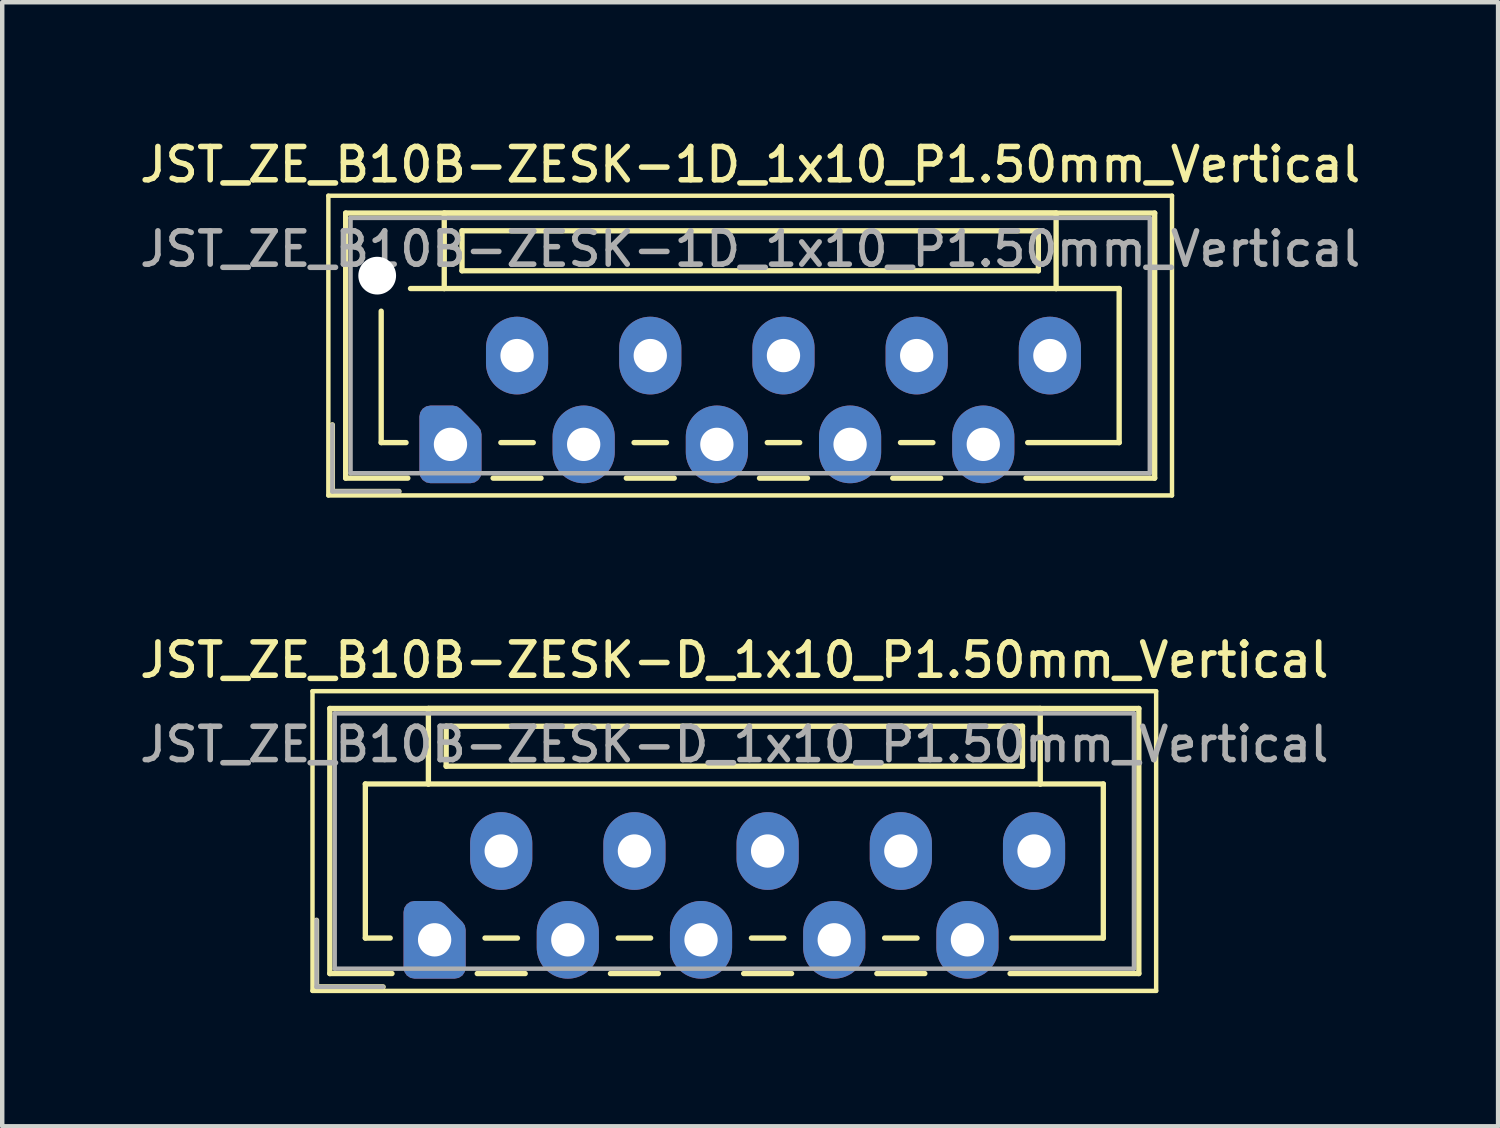
<source format=kicad_pcb>
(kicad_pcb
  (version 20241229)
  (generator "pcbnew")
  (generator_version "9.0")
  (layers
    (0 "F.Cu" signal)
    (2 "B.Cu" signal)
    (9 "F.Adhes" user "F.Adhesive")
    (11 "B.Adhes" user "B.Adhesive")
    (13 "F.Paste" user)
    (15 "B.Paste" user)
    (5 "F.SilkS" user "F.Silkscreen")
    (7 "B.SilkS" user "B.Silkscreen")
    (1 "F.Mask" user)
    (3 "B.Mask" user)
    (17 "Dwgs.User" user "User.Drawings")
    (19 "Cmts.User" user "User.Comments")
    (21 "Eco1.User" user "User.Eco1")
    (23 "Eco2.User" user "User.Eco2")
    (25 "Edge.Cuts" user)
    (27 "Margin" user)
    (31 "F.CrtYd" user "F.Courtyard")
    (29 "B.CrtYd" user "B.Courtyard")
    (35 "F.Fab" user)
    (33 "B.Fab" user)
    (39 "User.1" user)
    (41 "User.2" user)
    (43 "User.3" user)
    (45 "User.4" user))
  (footprint "JST_ZE_B10B-ZESK-D_1x10_P1.50mm_Vertical"
    (layer "F.Cu")
    (at 6.738 18.116)
    (property "Reference" "JST_ZE_B10B-ZESK-D_1x10_P1.50mm_Vertical" (at 6.75 -6.3 0) (layer "F.SilkS") (effects (font (size 0.75 0.75) (thickness 0.125))))
    (attr through_hole)
    (fp_line (start -2.75 -5.6) (end -2.75 1.15) (stroke (width 0.1) (type solid)) (layer "F.SilkS"))
    (fp_line (start -2.75 1.15) (end 16.25 1.15) (stroke (width 0.1) (type solid)) (layer "F.SilkS"))
    (fp_line (start -2.66 -0.44) (end -2.66 1.06) (stroke (width 0.12) (type solid)) (layer "F.SilkS"))
    (fp_line (start -2.66 1.06) (end -1.16 1.06) (stroke (width 0.12) (type solid)) (layer "F.SilkS"))
    (fp_line (start -2.36 -5.21) (end 15.86 -5.21) (stroke (width 0.12) (type solid)) (layer "F.SilkS"))
    (fp_line (start -2.36 0.76) (end -2.36 -5.21) (stroke (width 0.12) (type solid)) (layer "F.SilkS"))
    (fp_line (start -1.56 -3.51) (end -1.56 -0.04) (stroke (width 0.12) (type solid)) (layer "F.SilkS"))
    (fp_line (start -1.56 -0.04) (end -1 -0.04) (stroke (width 0.12) (type solid)) (layer "F.SilkS"))
    (fp_line (start -0.96 0.76) (end -2.36 0.76) (stroke (width 0.12) (type solid)) (layer "F.SilkS"))
    (fp_line (start -0.14 -5.21) (end -0.14 -3.51) (stroke (width 0.12) (type solid)) (layer "F.SilkS"))
    (fp_line (start -0.14 -3.51) (end -1.56 -3.51) (stroke (width 0.12) (type solid)) (layer "F.SilkS"))
    (fp_line (start -0.14 -3.51) (end 13.64 -3.51) (stroke (width 0.12) (type solid)) (layer "F.SilkS"))
    (fp_line (start 0.26 -4.81) (end 0.26 -3.91) (stroke (width 0.12) (type solid)) (layer "F.SilkS"))
    (fp_line (start 0.26 -3.91) (end 13.24 -3.91) (stroke (width 0.12) (type solid)) (layer "F.SilkS"))
    (fp_line (start 0.96 0.76) (end 2.04 0.76) (stroke (width 0.12) (type solid)) (layer "F.SilkS"))
    (fp_line (start 1.135 -0.04) (end 1.865 -0.04) (stroke (width 0.12) (type solid)) (layer "F.SilkS"))
    (fp_line (start 3.96 0.76) (end 5.04 0.76) (stroke (width 0.12) (type solid)) (layer "F.SilkS"))
    (fp_line (start 4.135 -0.04) (end 4.865 -0.04) (stroke (width 0.12) (type solid)) (layer "F.SilkS"))
    (fp_line (start 6.96 0.76) (end 8.04 0.76) (stroke (width 0.12) (type solid)) (layer "F.SilkS"))
    (fp_line (start 7.135 -0.04) (end 7.865 -0.04) (stroke (width 0.12) (type solid)) (layer "F.SilkS"))
    (fp_line (start 9.96 0.76) (end 11.04 0.76) (stroke (width 0.12) (type solid)) (layer "F.SilkS"))
    (fp_line (start 10.135 -0.04) (end 10.865 -0.04) (stroke (width 0.12) (type solid)) (layer "F.SilkS"))
    (fp_line (start 13.24 -4.81) (end 0.26 -4.81) (stroke (width 0.12) (type solid)) (layer "F.SilkS"))
    (fp_line (start 13.24 -3.91) (end 13.24 -4.81) (stroke (width 0.12) (type solid)) (layer "F.SilkS"))
    (fp_line (start 13.64 -5.21) (end -0.14 -5.21) (stroke (width 0.12) (type solid)) (layer "F.SilkS"))
    (fp_line (start 13.64 -3.51) (end 13.64 -5.21) (stroke (width 0.12) (type solid)) (layer "F.SilkS"))
    (fp_line (start 13.64 -3.51) (end 15.06 -3.51) (stroke (width 0.12) (type solid)) (layer "F.SilkS"))
    (fp_line (start 15.06 -3.51) (end 15.06 -0.04) (stroke (width 0.12) (type solid)) (layer "F.SilkS"))
    (fp_line (start 15.06 -0.04) (end 13 -0.04) (stroke (width 0.12) (type solid)) (layer "F.SilkS"))
    (fp_line (start 15.86 -5.21) (end 15.86 0.76) (stroke (width 0.12) (type solid)) (layer "F.SilkS"))
    (fp_line (start 15.86 0.76) (end 12.96 0.76) (stroke (width 0.12) (type solid)) (layer "F.SilkS"))
    (fp_line (start 16.25 -5.6) (end -2.75 -5.6) (stroke (width 0.1) (type solid)) (layer "F.SilkS"))
    (fp_line (start 16.25 1.15) (end 16.25 -5.6) (stroke (width 0.1) (type solid)) (layer "F.SilkS"))
    (fp_line (start -2.66 -0.44) (end -2.66 1.06) (stroke (width 0.1) (type solid)) (layer "F.Fab"))
    (fp_line (start -2.66 1.06) (end -1.16 1.06) (stroke (width 0.1) (type solid)) (layer "F.Fab"))
    (fp_line (start -2.25 -5.1) (end -2.25 0.65) (stroke (width 0.1) (type solid)) (layer "F.Fab"))
    (fp_line (start -2.25 0.65) (end 15.75 0.65) (stroke (width 0.1) (type solid)) (layer "F.Fab"))
    (fp_line (start 15.75 -5.1) (end -2.25 -5.1) (stroke (width 0.1) (type solid)) (layer "F.Fab"))
    (fp_line (start 15.75 0.65) (end 15.75 -5.1) (stroke (width 0.1) (type solid)) (layer "F.Fab"))
    (fp_text user "${REFERENCE}" (at 6.75 -4.4 0) (layer "F.Fab") (effects (font (size 0.75 0.75) (thickness 0.125))))
    (pad "1" thru_hole custom (at 0 0) (size 1.117 1.117) (drill 0.75) (layers "*.Cu" "*.Mask") (options (anchor circle)) (primitives (gr_poly (pts (xy 0.45 -0.225) (xy 0.45 0.625) (xy -0.45 0.625) (xy -0.45 -0.625) (xy 0.05 -0.625)) (width 0.5) (fill yes))))
    (pad "2" thru_hole oval (at 1.5 -2) (size 1.4 1.75) (drill 0.75) (layers "*.Cu" "*.Mask"))
    (pad "3" thru_hole oval (at 3 0) (size 1.4 1.75) (drill 0.75) (layers "*.Cu" "*.Mask"))
    (pad "4" thru_hole oval (at 4.5 -2) (size 1.4 1.75) (drill 0.75) (layers "*.Cu" "*.Mask"))
    (pad "5" thru_hole oval (at 6 0) (size 1.4 1.75) (drill 0.75) (layers "*.Cu" "*.Mask"))
    (pad "6" thru_hole oval (at 7.5 -2) (size 1.4 1.75) (drill 0.75) (layers "*.Cu" "*.Mask"))
    (pad "7" thru_hole oval (at 9 0) (size 1.4 1.75) (drill 0.75) (layers "*.Cu" "*.Mask"))
    (pad "8" thru_hole oval (at 10.5 -2) (size 1.4 1.75) (drill 0.75) (layers "*.Cu" "*.Mask"))
    (pad "9" thru_hole oval (at 12 0) (size 1.4 1.75) (drill 0.75) (layers "*.Cu" "*.Mask"))
    (pad "10" thru_hole oval (at 13.5 -2) (size 1.4 1.75) (drill 0.75) (layers "*.Cu" "*.Mask")))
  (footprint "JST_ZE_B10B-ZESK-1D_1x10_P1.50mm_Vertical"
    (layer "F.Cu")
    (at 7.095 6.958)
    (property "Reference" "JST_ZE_B10B-ZESK-1D_1x10_P1.50mm_Vertical" (at 6.75 -6.3 0) (layer "F.SilkS") (effects (font (size 0.75 0.75) (thickness 0.125))))
    (attr through_hole)
    (fp_line (start -2.75 -5.6) (end -2.75 1.15) (stroke (width 0.1) (type solid)) (layer "F.SilkS"))
    (fp_line (start -2.75 1.15) (end 16.25 1.15) (stroke (width 0.1) (type solid)) (layer "F.SilkS"))
    (fp_line (start -2.66 -0.44) (end -2.66 1.06) (stroke (width 0.12) (type solid)) (layer "F.SilkS"))
    (fp_line (start -2.66 1.06) (end -1.16 1.06) (stroke (width 0.12) (type solid)) (layer "F.SilkS"))
    (fp_line (start -2.36 -5.21) (end 15.86 -5.21) (stroke (width 0.12) (type solid)) (layer "F.SilkS"))
    (fp_line (start -2.36 0.76) (end -2.36 -5.21) (stroke (width 0.12) (type solid)) (layer "F.SilkS"))
    (fp_line (start -1.56 -3) (end -1.56 -0.04) (stroke (width 0.12) (type solid)) (layer "F.SilkS"))
    (fp_line (start -1.56 -0.04) (end -1 -0.04) (stroke (width 0.12) (type solid)) (layer "F.SilkS"))
    (fp_line (start -0.96 0.76) (end -2.36 0.76) (stroke (width 0.12) (type solid)) (layer "F.SilkS"))
    (fp_line (start -0.14 -5.21) (end -0.14 -3.51) (stroke (width 0.12) (type solid)) (layer "F.SilkS"))
    (fp_line (start -0.14 -3.51) (end -0.9 -3.51) (stroke (width 0.12) (type solid)) (layer "F.SilkS"))
    (fp_line (start -0.14 -3.51) (end 13.64 -3.51) (stroke (width 0.12) (type solid)) (layer "F.SilkS"))
    (fp_line (start 0.26 -4.81) (end 0.26 -3.91) (stroke (width 0.12) (type solid)) (layer "F.SilkS"))
    (fp_line (start 0.26 -3.91) (end 13.24 -3.91) (stroke (width 0.12) (type solid)) (layer "F.SilkS"))
    (fp_line (start 0.96 0.76) (end 2.04 0.76) (stroke (width 0.12) (type solid)) (layer "F.SilkS"))
    (fp_line (start 1.135 -0.04) (end 1.865 -0.04) (stroke (width 0.12) (type solid)) (layer "F.SilkS"))
    (fp_line (start 3.96 0.76) (end 5.04 0.76) (stroke (width 0.12) (type solid)) (layer "F.SilkS"))
    (fp_line (start 4.135 -0.04) (end 4.865 -0.04) (stroke (width 0.12) (type solid)) (layer "F.SilkS"))
    (fp_line (start 6.96 0.76) (end 8.04 0.76) (stroke (width 0.12) (type solid)) (layer "F.SilkS"))
    (fp_line (start 7.135 -0.04) (end 7.865 -0.04) (stroke (width 0.12) (type solid)) (layer "F.SilkS"))
    (fp_line (start 9.96 0.76) (end 11.04 0.76) (stroke (width 0.12) (type solid)) (layer "F.SilkS"))
    (fp_line (start 10.135 -0.04) (end 10.865 -0.04) (stroke (width 0.12) (type solid)) (layer "F.SilkS"))
    (fp_line (start 13.24 -4.81) (end 0.26 -4.81) (stroke (width 0.12) (type solid)) (layer "F.SilkS"))
    (fp_line (start 13.24 -3.91) (end 13.24 -4.81) (stroke (width 0.12) (type solid)) (layer "F.SilkS"))
    (fp_line (start 13.64 -5.21) (end -0.14 -5.21) (stroke (width 0.12) (type solid)) (layer "F.SilkS"))
    (fp_line (start 13.64 -3.51) (end 13.64 -5.21) (stroke (width 0.12) (type solid)) (layer "F.SilkS"))
    (fp_line (start 13.64 -3.51) (end 15.06 -3.51) (stroke (width 0.12) (type solid)) (layer "F.SilkS"))
    (fp_line (start 15.06 -3.51) (end 15.06 -0.04) (stroke (width 0.12) (type solid)) (layer "F.SilkS"))
    (fp_line (start 15.06 -0.04) (end 13 -0.04) (stroke (width 0.12) (type solid)) (layer "F.SilkS"))
    (fp_line (start 15.86 -5.21) (end 15.86 0.76) (stroke (width 0.12) (type solid)) (layer "F.SilkS"))
    (fp_line (start 15.86 0.76) (end 12.96 0.76) (stroke (width 0.12) (type solid)) (layer "F.SilkS"))
    (fp_line (start 16.25 -5.6) (end -2.75 -5.6) (stroke (width 0.1) (type solid)) (layer "F.SilkS"))
    (fp_line (start 16.25 1.15) (end 16.25 -5.6) (stroke (width 0.1) (type solid)) (layer "F.SilkS"))
    (fp_line (start -2.66 -0.44) (end -2.66 1.06) (stroke (width 0.1) (type solid)) (layer "F.Fab"))
    (fp_line (start -2.66 1.06) (end -1.16 1.06) (stroke (width 0.1) (type solid)) (layer "F.Fab"))
    (fp_line (start -2.25 -5.1) (end -2.25 0.65) (stroke (width 0.1) (type solid)) (layer "F.Fab"))
    (fp_line (start -2.25 0.65) (end 15.75 0.65) (stroke (width 0.1) (type solid)) (layer "F.Fab"))
    (fp_line (start 15.75 -5.1) (end -2.25 -5.1) (stroke (width 0.1) (type solid)) (layer "F.Fab"))
    (fp_line (start 15.75 0.65) (end 15.75 -5.1) (stroke (width 0.1) (type solid)) (layer "F.Fab"))
    (fp_text user "${REFERENCE}" (at 6.75 -4.4 0) (layer "F.Fab") (effects (font (size 0.75 0.75) (thickness 0.125))))
    (pad "" np_thru_hole circle (at -1.65 -3.8) (size 0.85 0.85) (drill 0.85) (layers "*.Cu" "*.Mask"))
    (pad "1" thru_hole custom (at 0 0) (size 1.117 1.117) (drill 0.75) (layers "*.Cu" "*.Mask") (options (anchor circle)) (primitives (gr_poly (pts (xy 0.45 -0.225) (xy 0.45 0.625) (xy -0.45 0.625) (xy -0.45 -0.625) (xy 0.05 -0.625)) (width 0.5) (fill yes))))
    (pad "2" thru_hole oval (at 1.5 -2) (size 1.4 1.75) (drill 0.75) (layers "*.Cu" "*.Mask"))
    (pad "3" thru_hole oval (at 3 0) (size 1.4 1.75) (drill 0.75) (layers "*.Cu" "*.Mask"))
    (pad "4" thru_hole oval (at 4.5 -2) (size 1.4 1.75) (drill 0.75) (layers "*.Cu" "*.Mask"))
    (pad "5" thru_hole oval (at 6 0) (size 1.4 1.75) (drill 0.75) (layers "*.Cu" "*.Mask"))
    (pad "6" thru_hole oval (at 7.5 -2) (size 1.4 1.75) (drill 0.75) (layers "*.Cu" "*.Mask"))
    (pad "7" thru_hole oval (at 9 0) (size 1.4 1.75) (drill 0.75) (layers "*.Cu" "*.Mask"))
    (pad "8" thru_hole oval (at 10.5 -2) (size 1.4 1.75) (drill 0.75) (layers "*.Cu" "*.Mask"))
    (pad "9" thru_hole oval (at 12 0) (size 1.4 1.75) (drill 0.75) (layers "*.Cu" "*.Mask"))
    (pad "10" thru_hole oval (at 13.5 -2) (size 1.4 1.75) (drill 0.75) (layers "*.Cu" "*.Mask")))
  (gr_rect
    (start -3 -3)
    (end 30.689 22.316)
    (stroke (width 0.1) (type default))
    (fill no)
    (layer "Edge.Cuts")))
</source>
